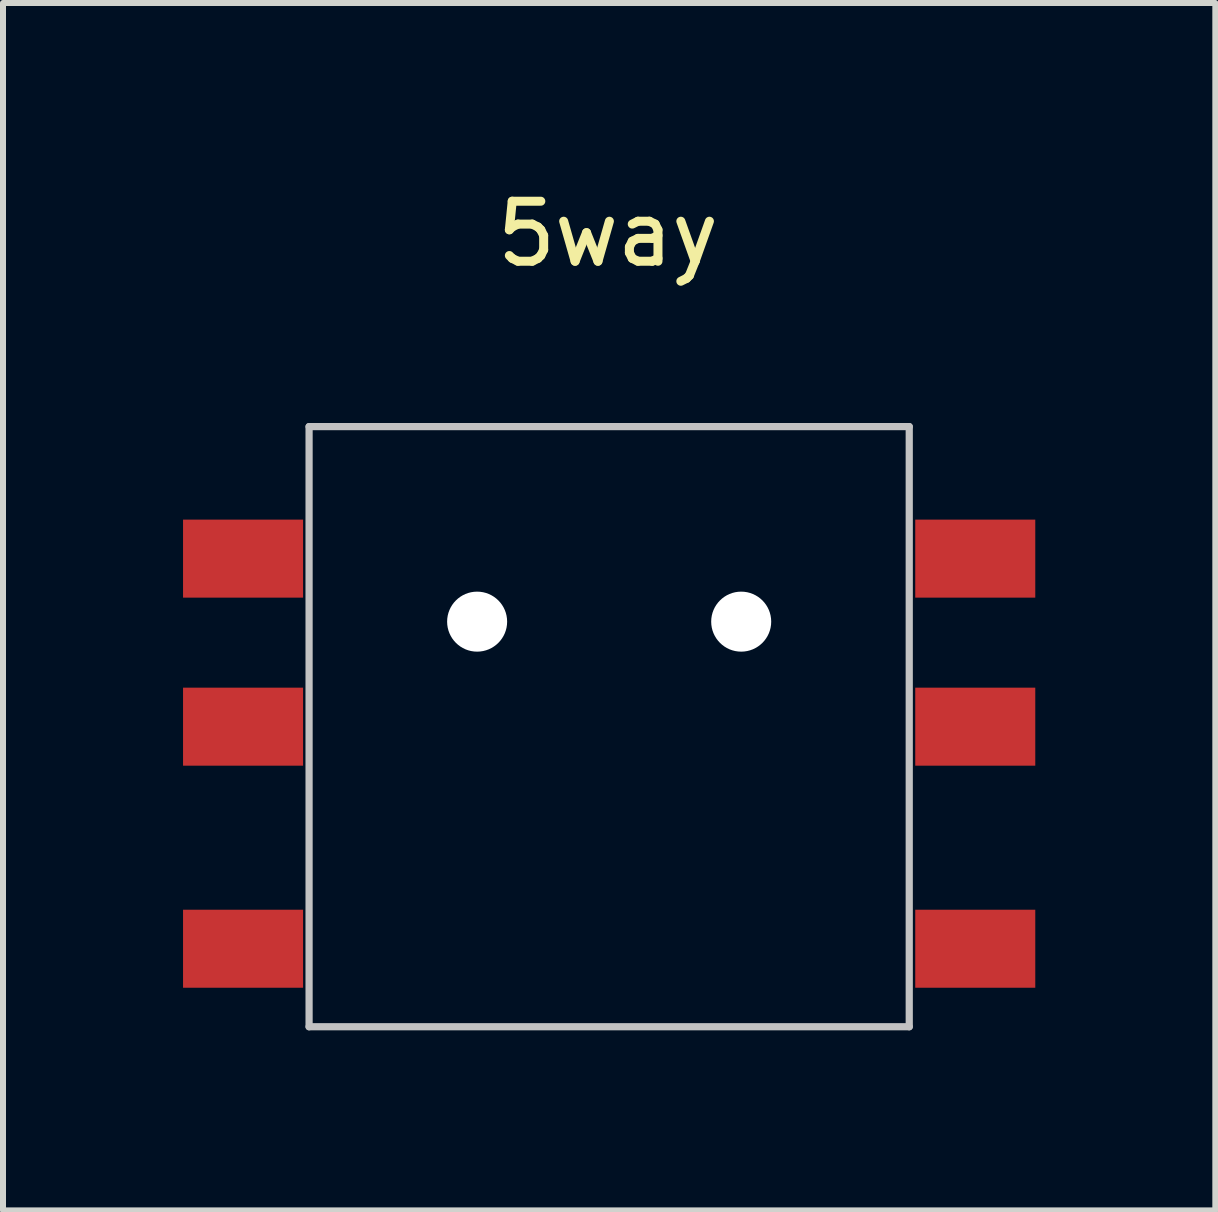
<source format=kicad_pcb>
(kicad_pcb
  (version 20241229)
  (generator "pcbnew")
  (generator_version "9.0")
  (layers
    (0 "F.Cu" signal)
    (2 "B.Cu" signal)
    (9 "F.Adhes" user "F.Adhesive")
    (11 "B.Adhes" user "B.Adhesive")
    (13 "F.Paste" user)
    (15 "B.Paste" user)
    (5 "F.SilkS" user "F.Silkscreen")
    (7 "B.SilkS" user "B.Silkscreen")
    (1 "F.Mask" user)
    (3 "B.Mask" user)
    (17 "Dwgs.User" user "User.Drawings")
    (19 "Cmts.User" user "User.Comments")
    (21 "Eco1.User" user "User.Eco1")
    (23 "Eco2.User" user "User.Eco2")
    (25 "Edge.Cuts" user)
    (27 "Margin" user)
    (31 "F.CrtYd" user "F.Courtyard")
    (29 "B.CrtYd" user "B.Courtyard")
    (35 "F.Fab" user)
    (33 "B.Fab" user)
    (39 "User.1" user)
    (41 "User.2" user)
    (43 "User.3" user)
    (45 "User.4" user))
  (footprint "5way"
    (layer "F.Cu")
    (at 7.1 9.058)
    (property "Reference" "5way" (at -0.02 -8.21 0) (layer "F.SilkS") (effects (font (size 1 1) (thickness 0.15))))
    (attr through_hole)
    (fp_line (start -5 -5) (end -5 5) (stroke (width 0.12) (type solid)) (layer "Dwgs.User"))
    (fp_line (start -5 5) (end 5 5) (stroke (width 0.12) (type solid)) (layer "Dwgs.User"))
    (fp_line (start 5 -5) (end -5 -5) (stroke (width 0.12) (type solid)) (layer "Dwgs.User"))
    (fp_line (start 5 5) (end 5 -5) (stroke (width 0.12) (type solid)) (layer "Dwgs.User"))
    (pad "" np_thru_hole circle (at -2.2 -1.75) (size 1 1) (drill 1) (layers "*.Cu" "*.Mask"))
    (pad "" np_thru_hole circle (at 2.2 -1.75) (size 1 1) (drill 1) (layers "*.Cu" "*.Mask"))
    (pad "1" smd rect (at -5.9 -2.8) (size 2 1.3) (drill (offset -0.2 0)) (layers "F.Cu" "F.Mask" "F.Paste"))
    (pad "2" smd rect (at -5.9 0) (size 2 1.3) (drill (offset -0.2 0)) (layers "F.Cu" "F.Mask" "F.Paste"))
    (pad "3" smd rect (at -5.9 3.7) (size 2 1.3) (drill (offset -0.2 0)) (layers "F.Cu" "F.Mask" "F.Paste"))
    (pad "4" smd rect (at 5.9 -2.8) (size 2 1.3) (drill (offset 0.2 0)) (layers "F.Cu" "F.Mask" "F.Paste"))
    (pad "5" smd rect (at 5.9 0) (size 2 1.3) (drill (offset 0.2 0)) (layers "F.Cu" "F.Mask" "F.Paste"))
    (pad "6" smd rect (at 5.9 3.7) (size 2 1.3) (drill (offset 0.2 0)) (layers "F.Cu" "F.Mask" "F.Paste")))
  (gr_rect
    (start -3 -3)
    (end 17.2 17.118)
    (stroke (width 0.1) (type default))
    (fill no)
    (layer "Edge.Cuts")))
</source>
